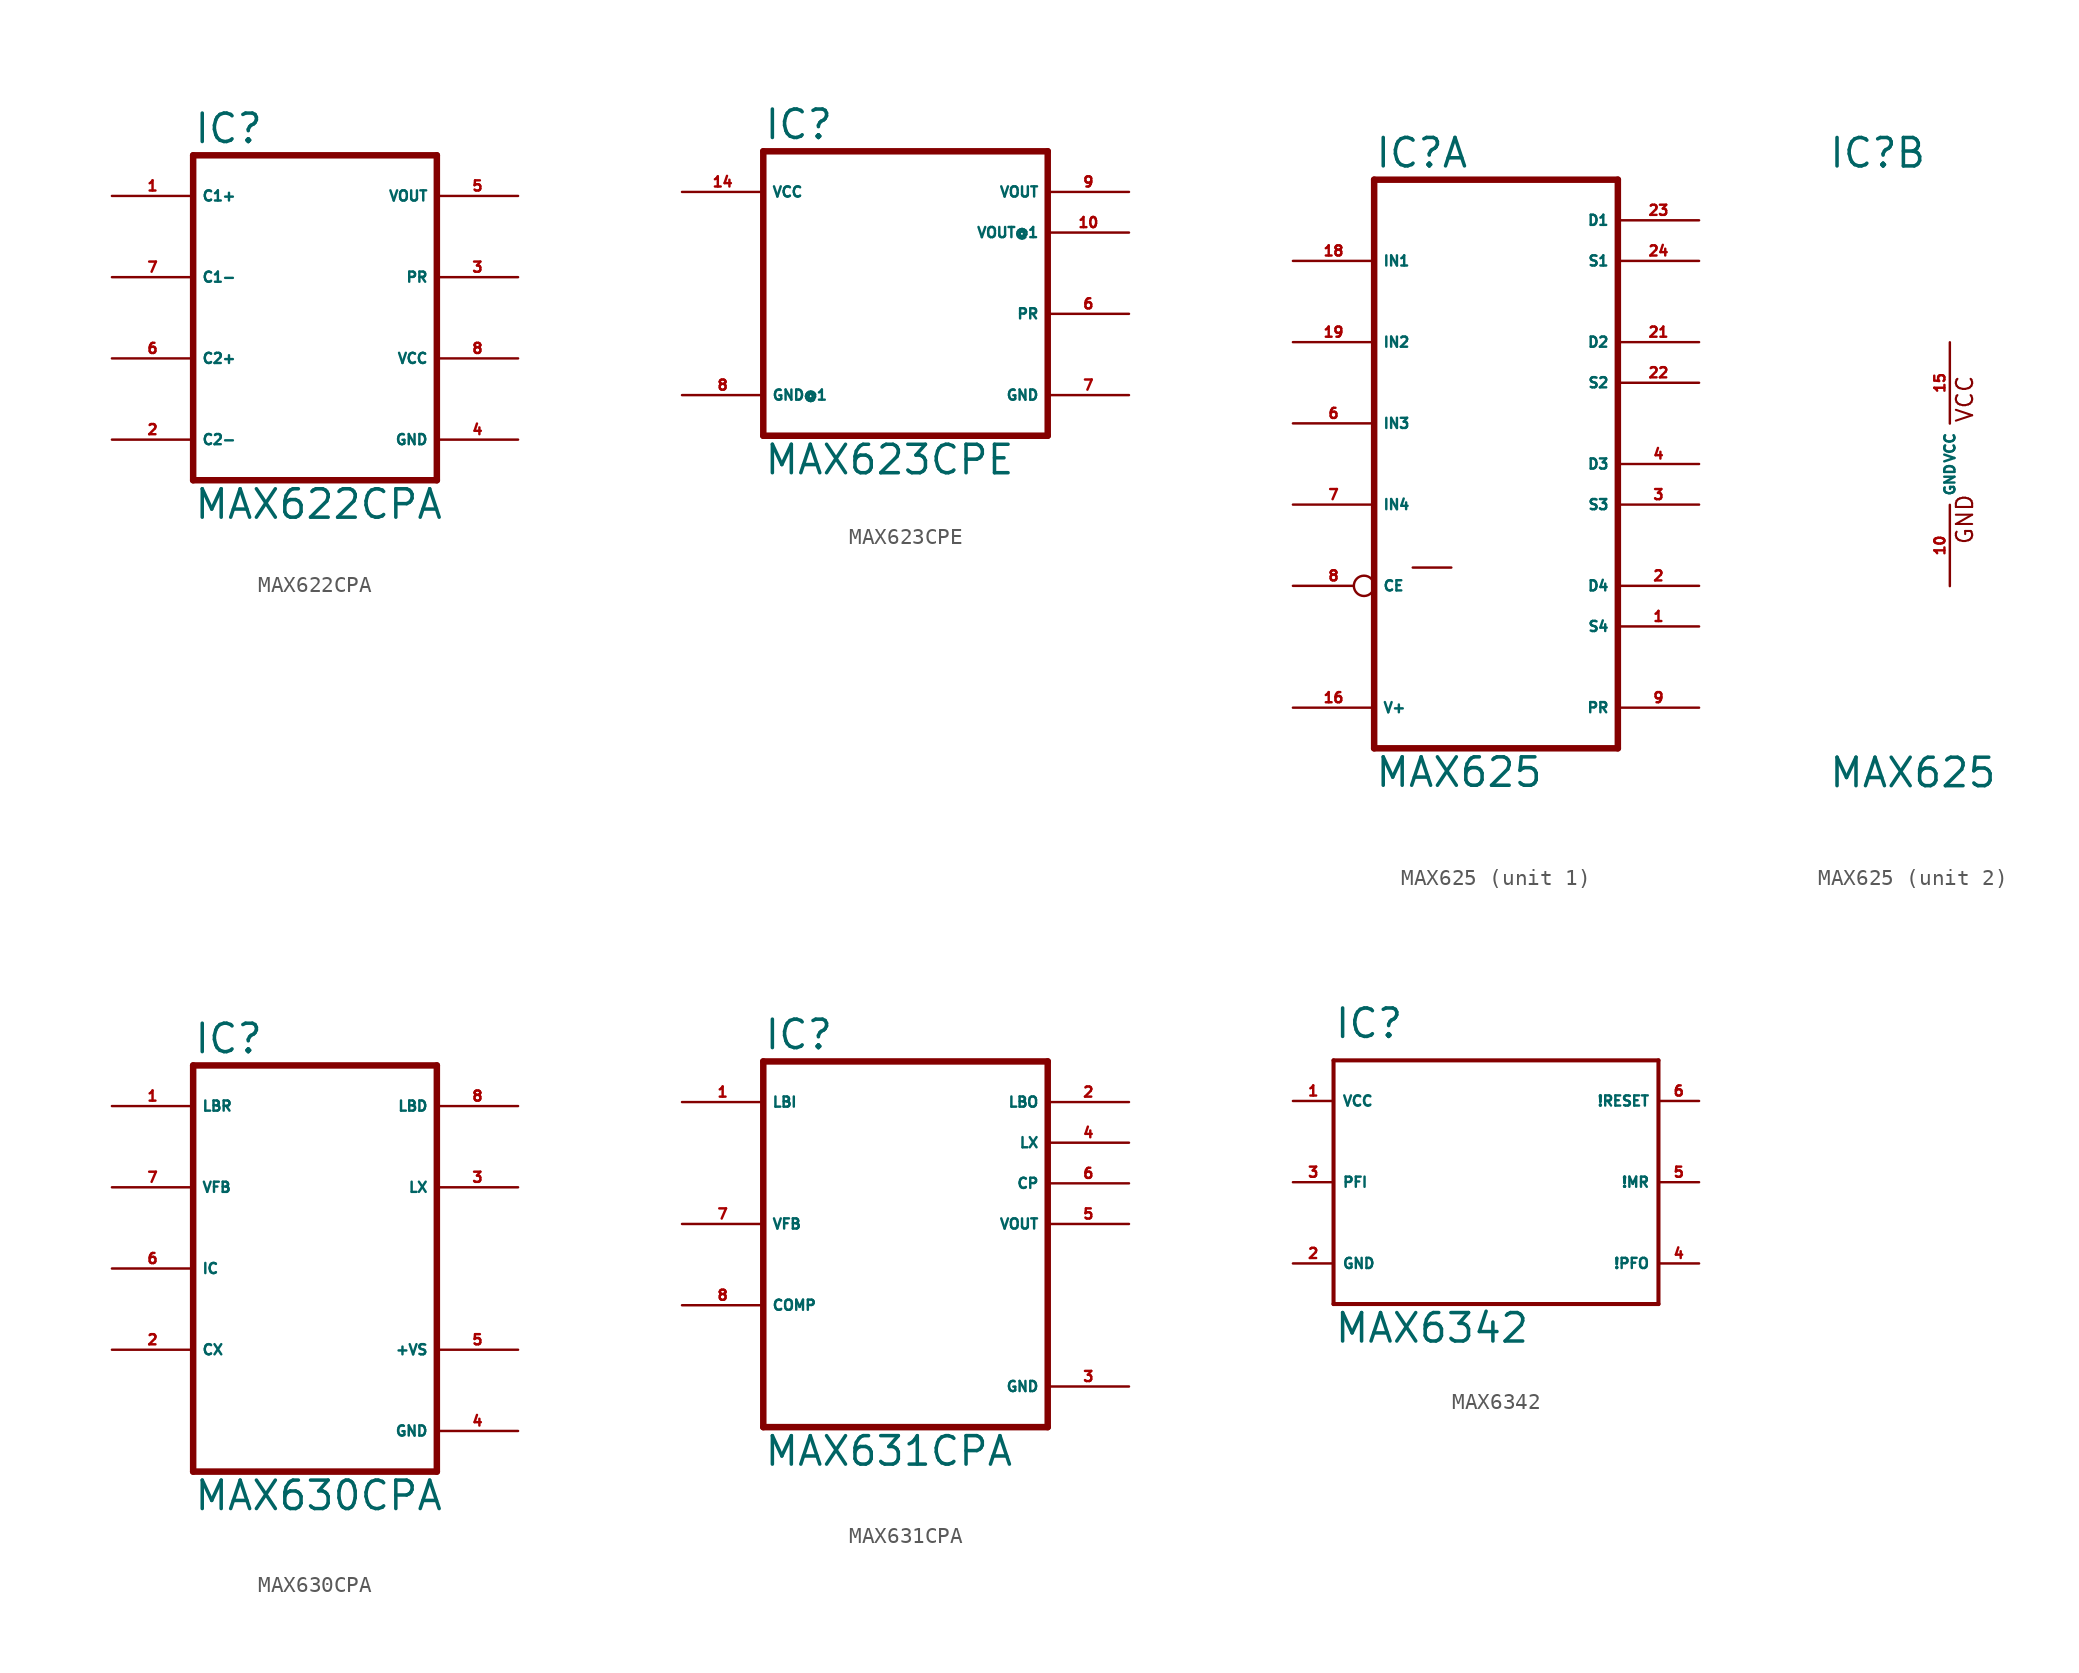
<source format=kicad_sym>
(kicad_symbol_lib
  (version 20220914)
  (generator Eagle2Kicad)
  (symbol "MAX622CPA"
    (property "Reference" "IC"
      (at -7.62 10.795 0)
      (effects (font (size 1.778 1.778) (thickness 0.22)) (justify left bottom)))
    (property "Value" "MAX622CPA"
      (at -7.62 -12.7 0)
      (effects (font (size 1.778 1.778) (thickness 0.22)) (justify left bottom)))
    (polyline
      (pts (xy 7.62 -10.16) (xy -7.62 -10.16))
      (stroke (width 0.406) (type default))
      (fill (type none)))
    (polyline
      (pts (xy -7.62 10.16) (xy -7.62 -10.16))
      (stroke (width 0.406) (type default))
      (fill (type none)))
    (polyline
      (pts (xy -7.62 10.16) (xy 7.62 10.16))
      (stroke (width 0.406) (type default))
      (fill (type none)))
    (polyline
      (pts (xy 7.62 -10.16) (xy 7.62 10.16))
      (stroke (width 0.406) (type default))
      (fill (type none)))
    (pin unspecified line
      (at 12.7 -7.62 180)
      (length 5.08)
      (name "GND" (effects (font (size 0.635 0.635) (thickness 0.08)) (justify left bottom)))
      (number "4" (effects (font (size 0.635 0.635) (thickness 0.08)) (justify left bottom))))
    (pin unspecified line
      (at 12.7 -2.54 180)
      (length 5.08)
      (name "VCC" (effects (font (size 0.635 0.635) (thickness 0.08)) (justify left bottom)))
      (number "8" (effects (font (size 0.635 0.635) (thickness 0.08)) (justify left bottom))))
    (pin passive line
      (at -12.7 -7.62 0)
      (length 5.08)
      (name "C2-" (effects (font (size 0.635 0.635) (thickness 0.08)) (justify left bottom)))
      (number "2" (effects (font (size 0.635 0.635) (thickness 0.08)) (justify left bottom))))
    (pin passive line
      (at -12.7 2.54 0)
      (length 5.08)
      (name "C1-" (effects (font (size 0.635 0.635) (thickness 0.08)) (justify left bottom)))
      (number "7" (effects (font (size 0.635 0.635) (thickness 0.08)) (justify left bottom))))
    (pin passive line
      (at -12.7 7.62 0)
      (length 5.08)
      (name "C1+" (effects (font (size 0.635 0.635) (thickness 0.08)) (justify left bottom)))
      (number "1" (effects (font (size 0.635 0.635) (thickness 0.08)) (justify left bottom))))
    (pin output line
      (at 12.7 7.62 180)
      (length 5.08)
      (name "VOUT" (effects (font (size 0.635 0.635) (thickness 0.08)) (justify left bottom)))
      (number "5" (effects (font (size 0.635 0.635) (thickness 0.08)) (justify left bottom))))
    (pin passive line
      (at -12.7 -2.54 0)
      (length 5.08)
      (name "C2+" (effects (font (size 0.635 0.635) (thickness 0.08)) (justify left bottom)))
      (number "6" (effects (font (size 0.635 0.635) (thickness 0.08)) (justify left bottom))))
    (pin output line
      (at 12.7 2.54 180)
      (length 5.08)
      (name "PR" (effects (font (size 0.635 0.635) (thickness 0.08)) (justify left bottom)))
      (number "3" (effects (font (size 0.635 0.635) (thickness 0.08)) (justify left bottom)))))
  (symbol "MAX623CPE"
    (property "Reference" "IC"
      (at -10.16 8.255 0)
      (effects (font (size 1.778 1.778) (thickness 0.22)) (justify left bottom)))
    (property "Value" "MAX623CPE"
      (at -10.16 -12.7 0)
      (effects (font (size 1.778 1.778) (thickness 0.22)) (justify left bottom)))
    (polyline
      (pts (xy 7.62 -10.16) (xy -10.16 -10.16))
      (stroke (width 0.406) (type default))
      (fill (type none)))
    (polyline
      (pts (xy -10.16 7.62) (xy -10.16 -10.16))
      (stroke (width 0.406) (type default))
      (fill (type none)))
    (polyline
      (pts (xy -10.16 7.62) (xy 7.62 7.62))
      (stroke (width 0.406) (type default))
      (fill (type none)))
    (polyline
      (pts (xy 7.62 -10.16) (xy 7.62 7.62))
      (stroke (width 0.406) (type default))
      (fill (type none)))
    (pin unspecified line
      (at 12.7 -7.62 180)
      (length 5.08)
      (name "GND" (effects (font (size 0.635 0.635) (thickness 0.08)) (justify left bottom)))
      (number "7" (effects (font (size 0.635 0.635) (thickness 0.08)) (justify left bottom))))
    (pin unspecified line
      (at -15.24 5.08 0)
      (length 5.08)
      (name "VCC" (effects (font (size 0.635 0.635) (thickness 0.08)) (justify left bottom)))
      (number "14" (effects (font (size 0.635 0.635) (thickness 0.08)) (justify left bottom))))
    (pin output line
      (at 12.7 5.08 180)
      (length 5.08)
      (name "VOUT" (effects (font (size 0.635 0.635) (thickness 0.08)) (justify left bottom)))
      (number "9" (effects (font (size 0.635 0.635) (thickness 0.08)) (justify left bottom))))
    (pin output line
      (at 12.7 -2.54 180)
      (length 5.08)
      (name "PR" (effects (font (size 0.635 0.635) (thickness 0.08)) (justify left bottom)))
      (number "6" (effects (font (size 0.635 0.635) (thickness 0.08)) (justify left bottom))))
    (pin output line
      (at 12.7 2.54 180)
      (length 5.08)
      (name "VOUT@1" (effects (font (size 0.635 0.635) (thickness 0.08)) (justify left bottom)))
      (number "10" (effects (font (size 0.635 0.635) (thickness 0.08)) (justify left bottom))))
    (pin unspecified line
      (at -15.24 -7.62 0)
      (length 5.08)
      (name "GND@1" (effects (font (size 0.635 0.635) (thickness 0.08)) (justify left bottom)))
      (number "8" (effects (font (size 0.635 0.635) (thickness 0.08)) (justify left bottom)))))
  (symbol "MAX625"
    (property "Reference" "IC"
      (at -7.62 18.415 0)
      (effects (font (size 1.778 1.778) (thickness 0.22)) (justify left bottom)))
    (property "Value" "MAX625"
      (at -7.62 -20.32 0)
      (effects (font (size 1.778 1.778) (thickness 0.22)) (justify left bottom)))
    (symbol "MAX625_1_0"
      (polyline (pts (xy -7.62 17.78) (xy 7.62 17.78)) (stroke (width 0.406) (type default)) (fill (type none)))
      (polyline (pts (xy 7.62 17.78) (xy 7.62 -17.78)) (stroke (width 0.406) (type default)) (fill (type none)))
      (polyline (pts (xy 7.62 -17.78) (xy -7.62 -17.78)) (stroke (width 0.406) (type default)) (fill (type none)))
      (polyline (pts (xy -7.62 17.78) (xy -7.62 -17.78)) (stroke (width 0.406) (type default)) (fill (type none)))
      (polyline (pts (xy -5.207 -6.477) (xy -2.794 -6.477)) (stroke (width 0.152) (type default)) (fill (type none)))
      (pin input line (at -12.7 12.7 0) (length 5.08) (name "IN1" (effects (font (size 0.635 0.635) (thickness 0.08)) (justify left bottom))) (number "18" (effects (font (size 0.635 0.635) (thickness 0.08)) (justify left bottom))))
      (pin input line (at -12.7 7.62 0) (length 5.08) (name "IN2" (effects (font (size 0.635 0.635) (thickness 0.08)) (justify left bottom))) (number "19" (effects (font (size 0.635 0.635) (thickness 0.08)) (justify left bottom))))
      (pin input line (at -12.7 2.54 0) (length 5.08) (name "IN3" (effects (font (size 0.635 0.635) (thickness 0.08)) (justify left bottom))) (number "6" (effects (font (size 0.635 0.635) (thickness 0.08)) (justify left bottom))))
      (pin input line (at -12.7 -2.54 0) (length 5.08) (name "IN4" (effects (font (size 0.635 0.635) (thickness 0.08)) (justify left bottom))) (number "7" (effects (font (size 0.635 0.635) (thickness 0.08)) (justify left bottom))))
      (pin input inverted (at -12.7 -7.62 0) (length 5.08) (name "CE" (effects (font (size 0.635 0.635) (thickness 0.08)) (justify left bottom))) (number "8" (effects (font (size 0.635 0.635) (thickness 0.08)) (justify left bottom))))
      (pin input line (at 12.7 15.24 180) (length 5.08) (name "D1" (effects (font (size 0.635 0.635) (thickness 0.08)) (justify left bottom))) (number "23" (effects (font (size 0.635 0.635) (thickness 0.08)) (justify left bottom))))
      (pin output line (at 12.7 12.7 180) (length 5.08) (name "S1" (effects (font (size 0.635 0.635) (thickness 0.08)) (justify left bottom))) (number "24" (effects (font (size 0.635 0.635) (thickness 0.08)) (justify left bottom))))
      (pin input line (at 12.7 7.62 180) (length 5.08) (name "D2" (effects (font (size 0.635 0.635) (thickness 0.08)) (justify left bottom))) (number "21" (effects (font (size 0.635 0.635) (thickness 0.08)) (justify left bottom))))
      (pin output line (at 12.7 5.08 180) (length 5.08) (name "S2" (effects (font (size 0.635 0.635) (thickness 0.08)) (justify left bottom))) (number "22" (effects (font (size 0.635 0.635) (thickness 0.08)) (justify left bottom))))
      (pin input line (at 12.7 0 180) (length 5.08) (name "D3" (effects (font (size 0.635 0.635) (thickness 0.08)) (justify left bottom))) (number "4" (effects (font (size 0.635 0.635) (thickness 0.08)) (justify left bottom))))
      (pin output line (at 12.7 -2.54 180) (length 5.08) (name "S3" (effects (font (size 0.635 0.635) (thickness 0.08)) (justify left bottom))) (number "3" (effects (font (size 0.635 0.635) (thickness 0.08)) (justify left bottom))))
      (pin input line (at 12.7 -7.62 180) (length 5.08) (name "D4" (effects (font (size 0.635 0.635) (thickness 0.08)) (justify left bottom))) (number "2" (effects (font (size 0.635 0.635) (thickness 0.08)) (justify left bottom))))
      (pin output line (at 12.7 -10.16 180) (length 5.08) (name "S4" (effects (font (size 0.635 0.635) (thickness 0.08)) (justify left bottom))) (number "1" (effects (font (size 0.635 0.635) (thickness 0.08)) (justify left bottom))))
      (pin output line (at 12.7 -15.24 180) (length 5.08) (name "PR" (effects (font (size 0.635 0.635) (thickness 0.08)) (justify left bottom))) (number "9" (effects (font (size 0.635 0.635) (thickness 0.08)) (justify left bottom))))
      (pin unspecified line (at -12.7 -15.24 0) (length 5.08) (name "V+" (effects (font (size 0.635 0.635) (thickness 0.08)) (justify left bottom))) (number "16" (effects (font (size 0.635 0.635) (thickness 0.08)) (justify left bottom)))))
    (symbol "MAX625_2_0"
      (text "GND" (at 1.524 -5.08 900) (effects (font (size 1.016 1.016) (thickness 0.13)) (justify left bottom)))
      (text "VCC" (at 1.524 2.54 900) (effects (font (size 1.016 1.016) (thickness 0.13)) (justify left bottom)))
      (pin unspecified line (at 0 7.62 270) (length 5.08) (name "VCC" (effects (font (size 0.635 0.635) (thickness 0.08)) (justify left bottom))) (number "15" (effects (font (size 0.635 0.635) (thickness 0.08)) (justify left bottom))))
      (pin unspecified line (at 0 -7.62 90) (length 5.08) (name "GND" (effects (font (size 0.635 0.635) (thickness 0.08)) (justify left bottom))) (number "10" (effects (font (size 0.635 0.635) (thickness 0.08)) (justify left bottom))))))
  (symbol "MAX630CPA"
    (property "Reference" "IC"
      (at -7.62 13.335 0)
      (effects (font (size 1.778 1.778) (thickness 0.22)) (justify left bottom)))
    (property "Value" "MAX630CPA"
      (at -7.62 -15.24 0)
      (effects (font (size 1.778 1.778) (thickness 0.22)) (justify left bottom)))
    (polyline
      (pts (xy -7.62 -12.7) (xy 7.62 -12.7))
      (stroke (width 0.406) (type default))
      (fill (type none)))
    (polyline
      (pts (xy 7.62 12.7) (xy 7.62 -12.7))
      (stroke (width 0.406) (type default))
      (fill (type none)))
    (polyline
      (pts (xy 7.62 12.7) (xy -7.62 12.7))
      (stroke (width 0.406) (type default))
      (fill (type none)))
    (polyline
      (pts (xy -7.62 -12.7) (xy -7.62 12.7))
      (stroke (width 0.406) (type default))
      (fill (type none)))
    (pin input line
      (at -12.7 5.08 0)
      (length 5.08)
      (name "VFB" (effects (font (size 0.635 0.635) (thickness 0.08)) (justify left bottom)))
      (number "7" (effects (font (size 0.635 0.635) (thickness 0.08)) (justify left bottom))))
    (pin input line
      (at -12.7 10.16 0)
      (length 5.08)
      (name "LBR" (effects (font (size 0.635 0.635) (thickness 0.08)) (justify left bottom)))
      (number "1" (effects (font (size 0.635 0.635) (thickness 0.08)) (justify left bottom))))
    (pin input line
      (at -12.7 0 0)
      (length 5.08)
      (name "IC" (effects (font (size 0.635 0.635) (thickness 0.08)) (justify left bottom)))
      (number "6" (effects (font (size 0.635 0.635) (thickness 0.08)) (justify left bottom))))
    (pin passive line
      (at -12.7 -5.08 0)
      (length 5.08)
      (name "CX" (effects (font (size 0.635 0.635) (thickness 0.08)) (justify left bottom)))
      (number "2" (effects (font (size 0.635 0.635) (thickness 0.08)) (justify left bottom))))
    (pin unspecified line
      (at 12.7 -10.16 180)
      (length 5.08)
      (name "GND" (effects (font (size 0.635 0.635) (thickness 0.08)) (justify left bottom)))
      (number "4" (effects (font (size 0.635 0.635) (thickness 0.08)) (justify left bottom))))
    (pin unspecified line
      (at 12.7 -5.08 180)
      (length 5.08)
      (name "+VS" (effects (font (size 0.635 0.635) (thickness 0.08)) (justify left bottom)))
      (number "5" (effects (font (size 0.635 0.635) (thickness 0.08)) (justify left bottom))))
    (pin output line
      (at 12.7 10.16 180)
      (length 5.08)
      (name "LBD" (effects (font (size 0.635 0.635) (thickness 0.08)) (justify left bottom)))
      (number "8" (effects (font (size 0.635 0.635) (thickness 0.08)) (justify left bottom))))
    (pin output line
      (at 12.7 5.08 180)
      (length 5.08)
      (name "LX" (effects (font (size 0.635 0.635) (thickness 0.08)) (justify left bottom)))
      (number "3" (effects (font (size 0.635 0.635) (thickness 0.08)) (justify left bottom)))))
  (symbol "MAX631CPA"
    (property "Reference" "IC"
      (at -10.16 13.335 0)
      (effects (font (size 1.778 1.778) (thickness 0.22)) (justify left bottom)))
    (property "Value" "MAX631CPA"
      (at -10.16 -12.7 0)
      (effects (font (size 1.778 1.778) (thickness 0.22)) (justify left bottom)))
    (polyline
      (pts (xy -10.16 -10.16) (xy 7.62 -10.16))
      (stroke (width 0.406) (type default))
      (fill (type none)))
    (polyline
      (pts (xy 7.62 12.7) (xy 7.62 -10.16))
      (stroke (width 0.406) (type default))
      (fill (type none)))
    (polyline
      (pts (xy 7.62 12.7) (xy -10.16 12.7))
      (stroke (width 0.406) (type default))
      (fill (type none)))
    (polyline
      (pts (xy -10.16 -10.16) (xy -10.16 12.7))
      (stroke (width 0.406) (type default))
      (fill (type none)))
    (pin input line
      (at -15.24 2.54 0)
      (length 5.08)
      (name "VFB" (effects (font (size 0.635 0.635) (thickness 0.08)) (justify left bottom)))
      (number "7" (effects (font (size 0.635 0.635) (thickness 0.08)) (justify left bottom))))
    (pin input line
      (at -15.24 10.16 0)
      (length 5.08)
      (name "LBI" (effects (font (size 0.635 0.635) (thickness 0.08)) (justify left bottom)))
      (number "1" (effects (font (size 0.635 0.635) (thickness 0.08)) (justify left bottom))))
    (pin output line
      (at 12.7 5.08 180)
      (length 5.08)
      (name "CP" (effects (font (size 0.635 0.635) (thickness 0.08)) (justify left bottom)))
      (number "6" (effects (font (size 0.635 0.635) (thickness 0.08)) (justify left bottom))))
    (pin output line
      (at 12.7 2.54 180)
      (length 5.08)
      (name "VOUT" (effects (font (size 0.635 0.635) (thickness 0.08)) (justify left bottom)))
      (number "5" (effects (font (size 0.635 0.635) (thickness 0.08)) (justify left bottom))))
    (pin unspecified line
      (at 12.7 -7.62 180)
      (length 5.08)
      (name "GND" (effects (font (size 0.635 0.635) (thickness 0.08)) (justify left bottom)))
      (number "3" (effects (font (size 0.635 0.635) (thickness 0.08)) (justify left bottom))))
    (pin input line
      (at -15.24 -2.54 0)
      (length 5.08)
      (name "COMP" (effects (font (size 0.635 0.635) (thickness 0.08)) (justify left bottom)))
      (number "8" (effects (font (size 0.635 0.635) (thickness 0.08)) (justify left bottom))))
    (pin output line
      (at 12.7 10.16 180)
      (length 5.08)
      (name "LBO" (effects (font (size 0.635 0.635) (thickness 0.08)) (justify left bottom)))
      (number "2" (effects (font (size 0.635 0.635) (thickness 0.08)) (justify left bottom))))
    (pin output line
      (at 12.7 7.62 180)
      (length 5.08)
      (name "LX" (effects (font (size 0.635 0.635) (thickness 0.08)) (justify left bottom)))
      (number "4" (effects (font (size 0.635 0.635) (thickness 0.08)) (justify left bottom)))))
  (symbol "MAX6342"
    (property "Reference" "IC"
      (at -10.16 8.89 0)
      (effects (font (size 1.778 1.778) (thickness 0.22)) (justify left bottom)))
    (property "Value" "MAX6342"
      (at -10.16 -10.16 0)
      (effects (font (size 1.778 1.778) (thickness 0.22)) (justify left bottom)))
    (polyline
      (pts (xy -10.16 7.62) (xy 10.16 7.62))
      (stroke (width 0.254) (type default))
      (fill (type none)))
    (polyline
      (pts (xy 10.16 7.62) (xy 10.16 -7.62))
      (stroke (width 0.254) (type default))
      (fill (type none)))
    (polyline
      (pts (xy 10.16 -7.62) (xy -10.16 -7.62))
      (stroke (width 0.254) (type default))
      (fill (type none)))
    (polyline
      (pts (xy -10.16 -7.62) (xy -10.16 7.62))
      (stroke (width 0.254) (type default))
      (fill (type none)))
    (pin unspecified line
      (at -12.7 5.08 0)
      (length 2.54)
      (name "VCC" (effects (font (size 0.635 0.635) (thickness 0.08)) (justify left bottom)))
      (number "1" (effects (font (size 0.635 0.635) (thickness 0.08)) (justify left bottom))))
    (pin unspecified line
      (at -12.7 -5.08 0)
      (length 2.54)
      (name "GND" (effects (font (size 0.635 0.635) (thickness 0.08)) (justify left bottom)))
      (number "2" (effects (font (size 0.635 0.635) (thickness 0.08)) (justify left bottom))))
    (pin input line
      (at -12.7 0 0)
      (length 2.54)
      (name "PFI" (effects (font (size 0.635 0.635) (thickness 0.08)) (justify left bottom)))
      (number "3" (effects (font (size 0.635 0.635) (thickness 0.08)) (justify left bottom))))
    (pin input line
      (at 12.7 0 180)
      (length 2.54)
      (name "!MR" (effects (font (size 0.635 0.635) (thickness 0.08)) (justify left bottom)))
      (number "5" (effects (font (size 0.635 0.635) (thickness 0.08)) (justify left bottom))))
    (pin output line
      (at 12.7 5.08 180)
      (length 2.54)
      (name "!RESET" (effects (font (size 0.635 0.635) (thickness 0.08)) (justify left bottom)))
      (number "6" (effects (font (size 0.635 0.635) (thickness 0.08)) (justify left bottom))))
    (pin output line
      (at 12.7 -5.08 180)
      (length 2.54)
      (name "!PFO" (effects (font (size 0.635 0.635) (thickness 0.08)) (justify left bottom)))
      (number "4" (effects (font (size 0.635 0.635) (thickness 0.08)) (justify left bottom))))))
</source>
